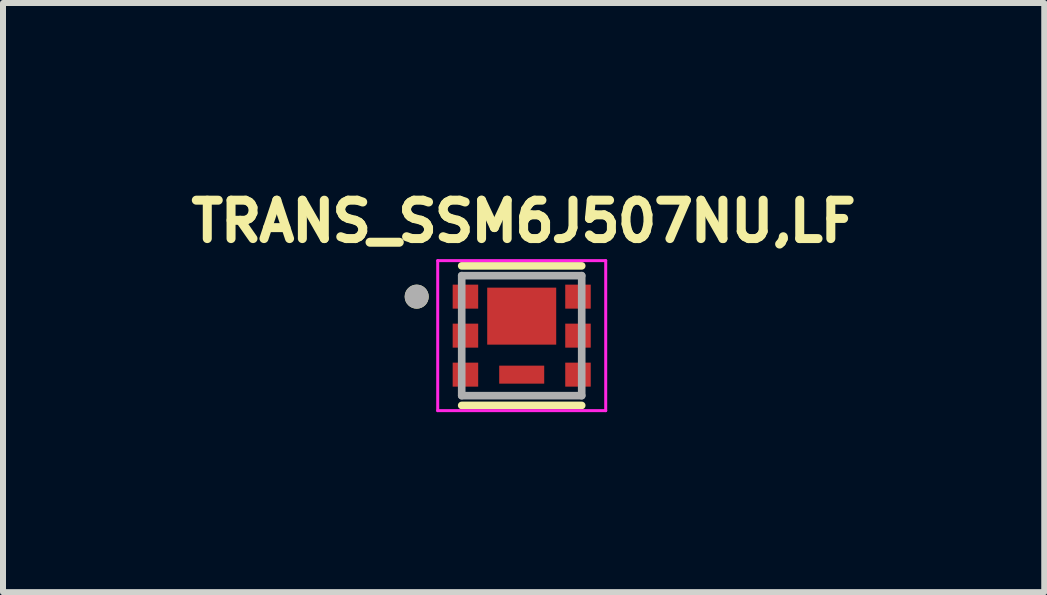
<source format=kicad_pcb>
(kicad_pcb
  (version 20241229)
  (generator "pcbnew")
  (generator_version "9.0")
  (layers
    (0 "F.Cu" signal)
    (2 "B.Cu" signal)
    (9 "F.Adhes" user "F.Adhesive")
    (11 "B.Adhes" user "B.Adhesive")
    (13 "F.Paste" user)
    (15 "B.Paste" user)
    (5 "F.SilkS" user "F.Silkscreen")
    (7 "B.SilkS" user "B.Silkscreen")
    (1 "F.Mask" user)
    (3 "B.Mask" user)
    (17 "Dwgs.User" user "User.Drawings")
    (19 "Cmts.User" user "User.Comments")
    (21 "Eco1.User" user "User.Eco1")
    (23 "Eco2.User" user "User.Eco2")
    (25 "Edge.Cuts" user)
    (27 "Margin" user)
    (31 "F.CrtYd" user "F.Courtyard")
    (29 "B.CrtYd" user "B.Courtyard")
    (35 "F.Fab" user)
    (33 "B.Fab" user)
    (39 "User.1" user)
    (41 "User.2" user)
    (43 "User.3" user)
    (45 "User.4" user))
  (footprint "TRANS_SSM6J507NU,LF"
    (layer "F.Cu")
    (at 5.645 2.544)
    (property "Reference" "TRANS_SSM6J507NU,LF" (at 0.032 -1.906 0) (layer "F.SilkS") (effects (font (size 0.64 0.64) (thickness 0.15))))
    (attr through_hole)
    (fp_line (start -1 -1.163) (end 1 -1.163) (stroke (width 0.127) (type solid)) (layer "F.SilkS"))
    (fp_line (start -1 1.163) (end 1 1.163) (stroke (width 0.127) (type solid)) (layer "F.SilkS"))
    (fp_circle (center -1.75 -0.65) (end -1.65 -0.65) (stroke (width 0.2) (type solid)) (fill no) (layer "F.SilkS"))
    (fp_line (start -1.4 -1.25) (end -1.4 1.25) (stroke (width 0.05) (type solid)) (layer "F.CrtYd"))
    (fp_line (start -1.4 1.25) (end 1.4 1.25) (stroke (width 0.05) (type solid)) (layer "F.CrtYd"))
    (fp_line (start 1.4 -1.25) (end -1.4 -1.25) (stroke (width 0.05) (type solid)) (layer "F.CrtYd"))
    (fp_line (start 1.4 1.25) (end 1.4 -1.25) (stroke (width 0.05) (type solid)) (layer "F.CrtYd"))
    (fp_line (start -1 -1) (end -1 1) (stroke (width 0.127) (type solid)) (layer "F.Fab"))
    (fp_line (start -1 1) (end 1 1) (stroke (width 0.127) (type solid)) (layer "F.Fab"))
    (fp_line (start 1 -1) (end -1 -1) (stroke (width 0.127) (type solid)) (layer "F.Fab"))
    (fp_line (start 1 1) (end 1 -1) (stroke (width 0.127) (type solid)) (layer "F.Fab"))
    (fp_circle (center -1.75 -0.65) (end -1.65 -0.65) (stroke (width 0.2) (type solid)) (fill no) (layer "F.Fab"))
    (pad "1" smd rect (at -0.938 -0.65) (size 0.425 0.4) (layers "F.Cu" "F.Mask" "F.Paste"))
    (pad "2" smd rect (at -0.938 0) (size 0.425 0.4) (layers "F.Cu" "F.Mask" "F.Paste"))
    (pad "3" smd rect (at -0.938 0.65) (size 0.425 0.4) (layers "F.Cu" "F.Mask" "F.Paste"))
    (pad "4" smd rect (at 0.938 0.65 180) (size 0.425 0.4) (layers "F.Cu" "F.Mask" "F.Paste"))
    (pad "5" smd rect (at 0.938 0 180) (size 0.425 0.4) (layers "F.Cu" "F.Mask" "F.Paste"))
    (pad "6" smd rect (at 0.938 -0.65 180) (size 0.425 0.4) (layers "F.Cu" "F.Mask" "F.Paste"))
    (pad "7" smd rect (at 0 -0.325) (size 1.15 0.95) (layers "F.Cu" "F.Mask" "F.Paste"))
    (pad "8" smd rect (at 0 0.65) (size 0.75 0.3) (layers "F.Cu" "F.Mask" "F.Paste")))
  (gr_rect
    (start -3 -3)
    (end 14.354 6.819)
    (stroke (width 0.1) (type default))
    (fill no)
    (layer "Edge.Cuts")))
</source>
